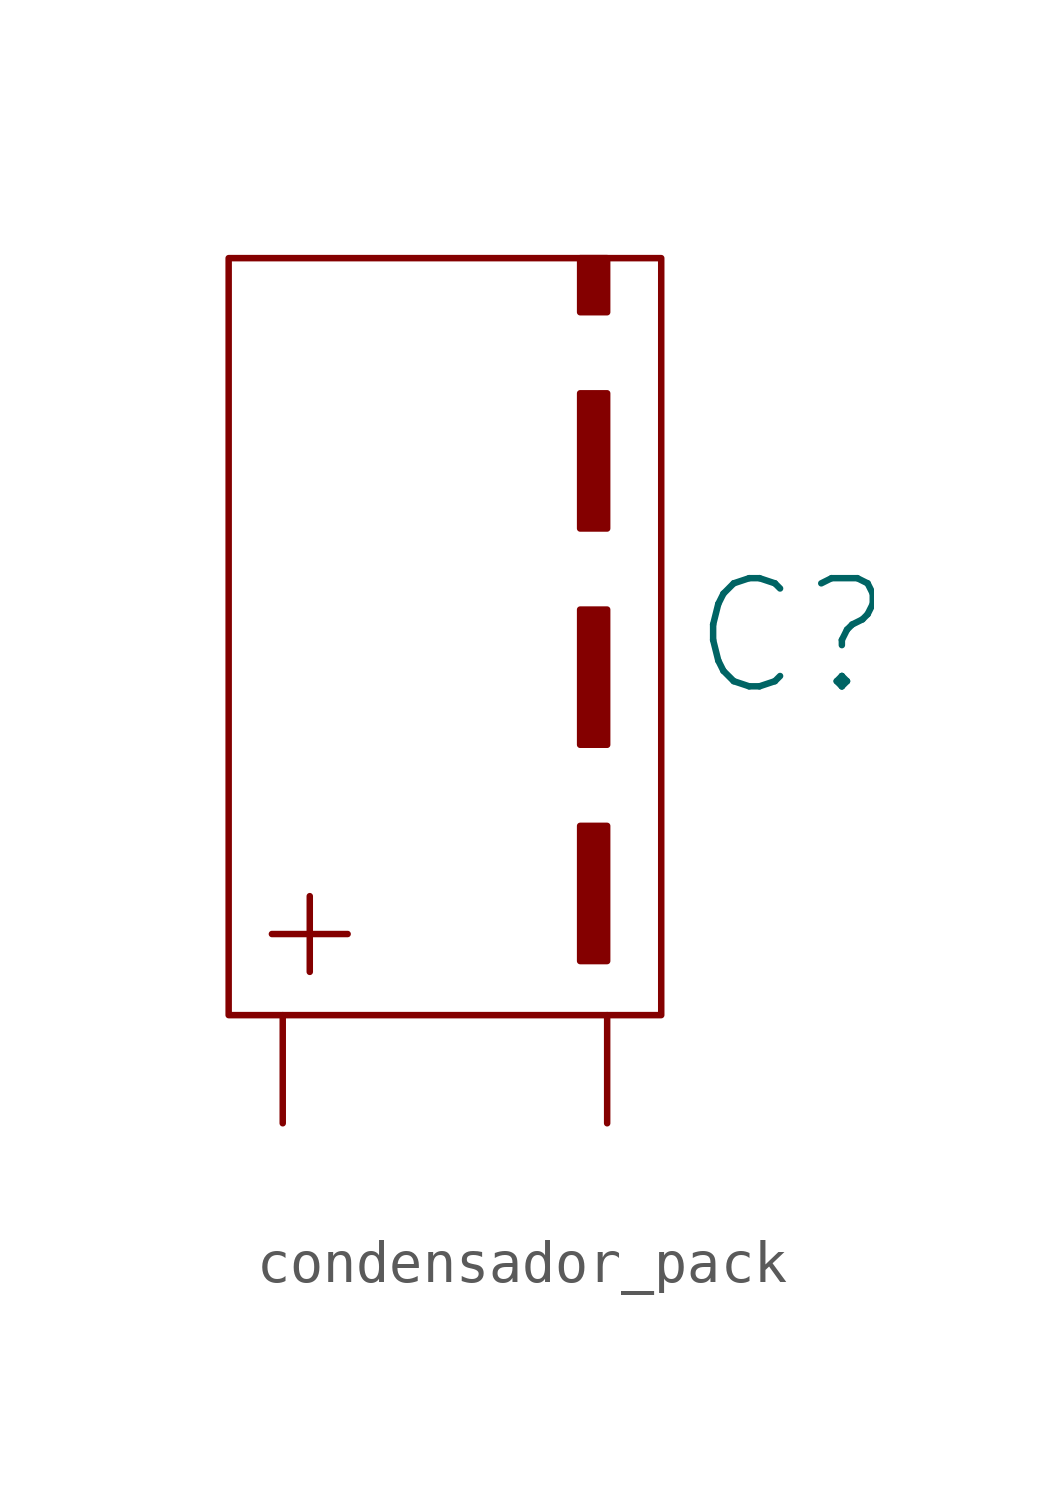
<source format=kicad_sym>
(kicad_symbol_lib
  (version 20211014)
  (generator kicad_symbol_editor)
  (symbol "condensador_pack"
    (pin_names
      (offset 1.016))
    (property "Reference" "C"
      (at 9.525 11.43 0)
      (effects (font (size 2.54 2.54)) (justify left)))
    (symbol "condensador_pack_0_1"
      (rectangle (start -1.27 2.54) (end 8.89 20.32) (stroke (width 0) (type default) (color 0 0 0 0)) (fill (type none)))
      (polyline (pts (xy 0.635 5.334) (xy 0.635 3.556)) (stroke (width 0) (type default) (color 0 0 0 0)) (fill (type none)))
      (polyline (pts (xy 1.524 4.445) (xy -0.254 4.445)) (stroke (width 0) (type default) (color 0 0 0 0)) (fill (type none)))
      (rectangle (start 6.985 3.81) (end 7.62 6.985) (stroke (width 0) (type default) (color 0 0 0 0)) (fill (type outline)))
      (rectangle (start 6.985 8.89) (end 7.62 12.065) (stroke (width 0) (type default) (color 0 0 0 0)) (fill (type outline)))
      (rectangle (start 6.985 13.97) (end 7.62 17.145) (stroke (width 0) (type default) (color 0 0 0 0)) (fill (type outline)))
      (rectangle (start 6.985 19.05) (end 7.62 20.32) (stroke (width 0) (type default) (color 0 0 0 0)) (fill (type outline))))
    (symbol "condensador_pack_1_1"
      (pin input line (at 0 0 90) (length 2.54) (name "~" (effects (font (size 1.27 1.27)))) (number "~" (effects (font (size 1.143 1.143)))))
      (pin input line (at 7.62 0 90) (length 2.54) (name "~" (effects (font (size 1.27 1.27)))) (number "~" (effects (font (size 1.143 1.143))))))))
</source>
